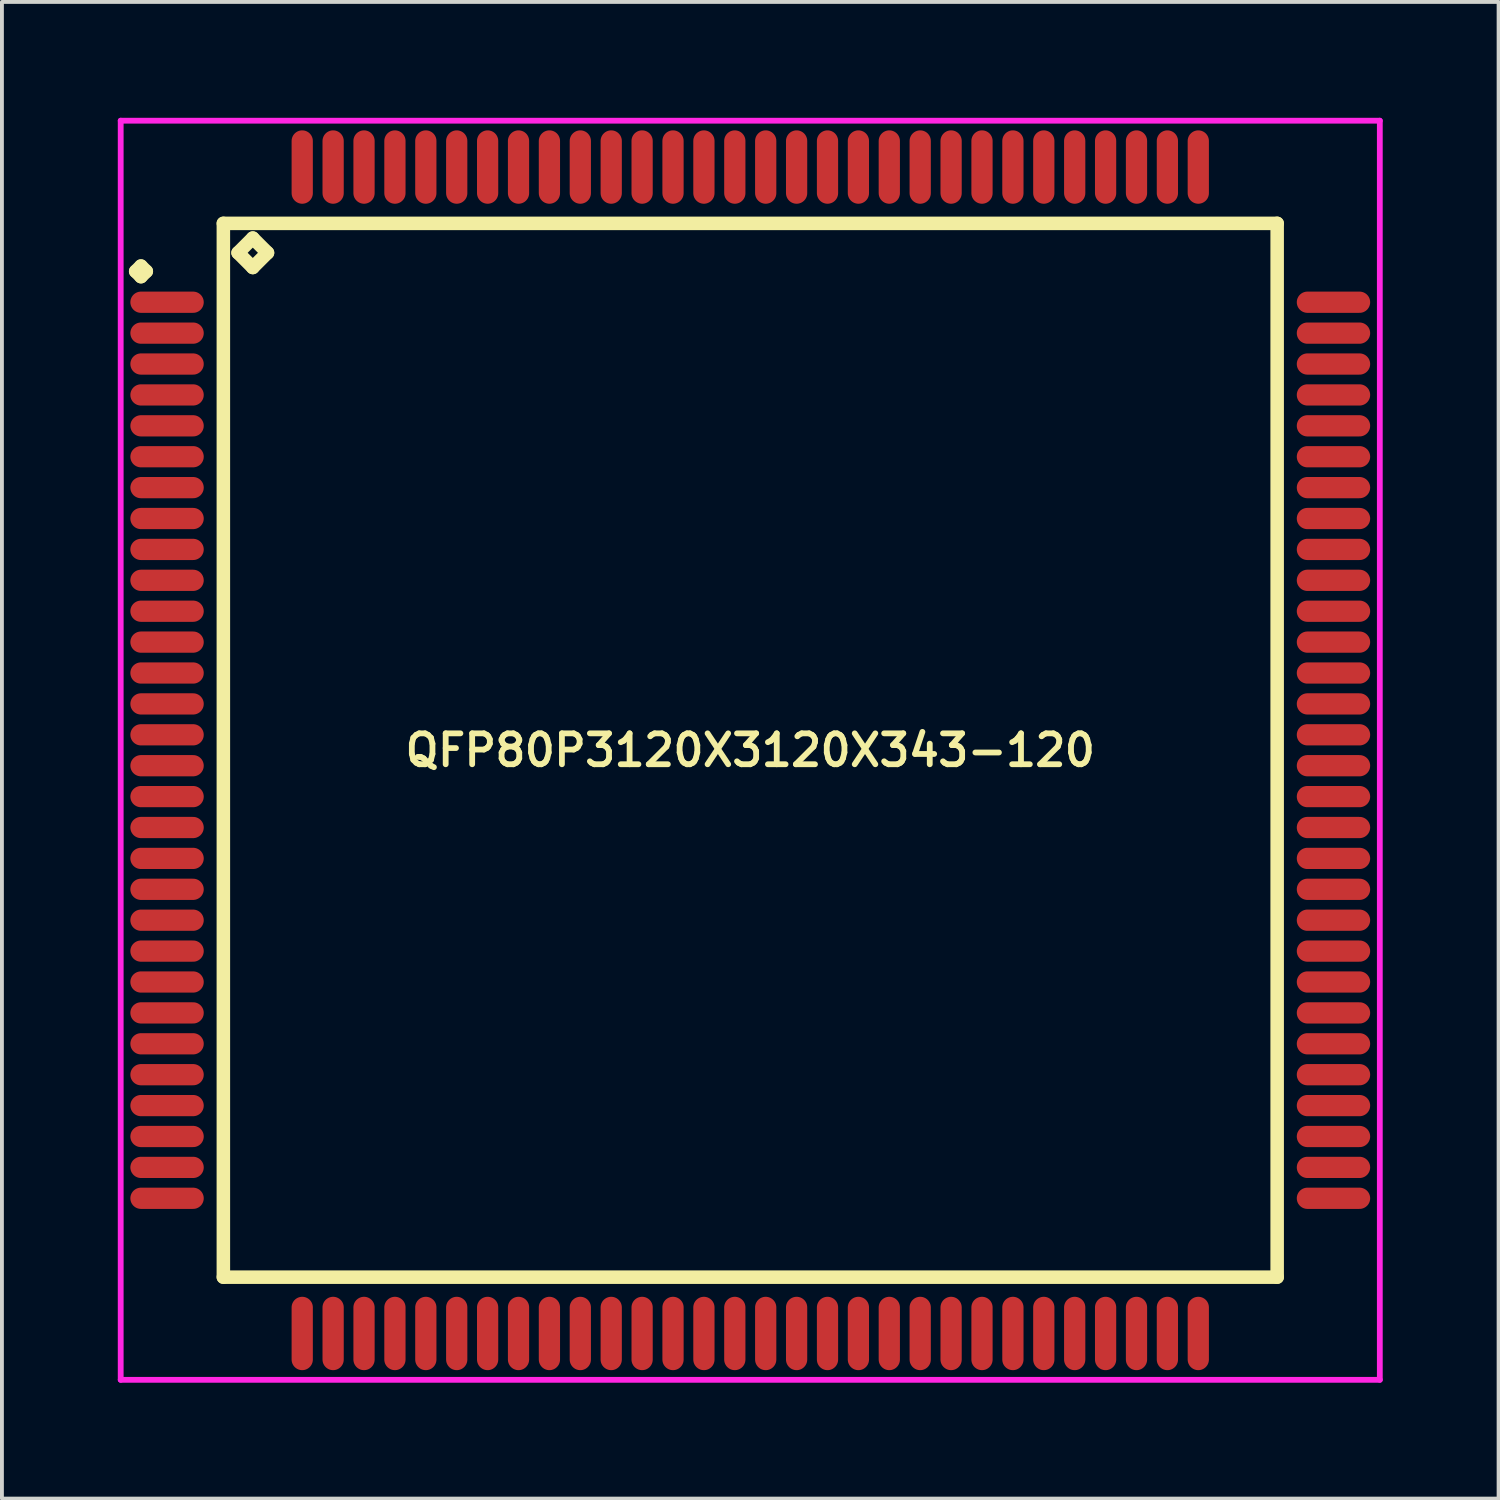
<source format=kicad_pcb>
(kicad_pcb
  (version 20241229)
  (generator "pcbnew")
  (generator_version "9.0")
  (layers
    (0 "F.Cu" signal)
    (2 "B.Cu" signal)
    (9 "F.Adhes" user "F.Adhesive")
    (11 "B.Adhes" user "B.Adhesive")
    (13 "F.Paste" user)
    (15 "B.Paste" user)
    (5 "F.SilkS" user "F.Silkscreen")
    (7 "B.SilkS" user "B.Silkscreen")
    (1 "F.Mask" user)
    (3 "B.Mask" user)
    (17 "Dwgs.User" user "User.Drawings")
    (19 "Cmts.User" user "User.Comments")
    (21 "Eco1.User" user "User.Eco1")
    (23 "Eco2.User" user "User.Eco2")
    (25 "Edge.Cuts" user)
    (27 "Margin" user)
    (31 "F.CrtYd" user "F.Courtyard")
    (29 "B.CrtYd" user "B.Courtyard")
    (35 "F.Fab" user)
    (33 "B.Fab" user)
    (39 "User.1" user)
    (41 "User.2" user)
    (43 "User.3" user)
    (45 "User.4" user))
  (footprint "QFP80P3120X3120X343-120"
    (layer "F.Cu")
    (at 16.375 16.375)
    (property "Reference" "QFP80P3120X3120X343-120" (at 0 0 0) (layer "F.SilkS") (effects (font (size 0.8 0.8) (thickness 0.15))))
    (attr smd)
    (fp_line (start -15.912 -12.4) (end -15.775 -12.537) (stroke (width 0.35) (type solid)) (layer "F.SilkS"))
    (fp_line (start -15.775 -12.537) (end -15.637 -12.4) (stroke (width 0.35) (type solid)) (layer "F.SilkS"))
    (fp_line (start -15.775 -12.262) (end -15.912 -12.4) (stroke (width 0.35) (type solid)) (layer "F.SilkS"))
    (fp_line (start -15.637 -12.4) (end -15.775 -12.262) (stroke (width 0.35) (type solid)) (layer "F.SilkS"))
    (fp_line (start -13.642 -13.642) (end -13.642 13.642) (stroke (width 0.35) (type solid)) (layer "F.SilkS"))
    (fp_line (start -13.642 13.642) (end 13.642 13.642) (stroke (width 0.35) (type solid)) (layer "F.SilkS"))
    (fp_line (start -13.261 -12.88) (end -12.88 -13.261) (stroke (width 0.35) (type solid)) (layer "F.SilkS"))
    (fp_line (start -12.88 -13.261) (end -12.499 -12.88) (stroke (width 0.35) (type solid)) (layer "F.SilkS"))
    (fp_line (start -12.88 -12.499) (end -13.261 -12.88) (stroke (width 0.35) (type solid)) (layer "F.SilkS"))
    (fp_line (start -12.499 -12.88) (end -12.88 -12.499) (stroke (width 0.35) (type solid)) (layer "F.SilkS"))
    (fp_line (start 13.642 -13.642) (end -13.642 -13.642) (stroke (width 0.35) (type solid)) (layer "F.SilkS"))
    (fp_line (start 13.642 13.642) (end 13.642 -13.642) (stroke (width 0.35) (type solid)) (layer "F.SilkS"))
    (fp_line (start -16.3 -16.3) (end 16.3 -16.3) (stroke (width 0.15) (type solid)) (layer "F.CrtYd"))
    (fp_line (start -16.3 16.3) (end -16.3 -16.3) (stroke (width 0.15) (type solid)) (layer "F.CrtYd"))
    (fp_line (start 16.3 -16.3) (end 16.3 16.3) (stroke (width 0.15) (type solid)) (layer "F.CrtYd"))
    (fp_line (start 16.3 16.3) (end -16.3 16.3) (stroke (width 0.15) (type solid)) (layer "F.CrtYd"))
    (pad "1" smd oval (at -15.1 -11.6) (size 1.9 0.55) (layers "F.Cu" "F.Mask" "F.Paste"))
    (pad "2" smd oval (at -15.1 -10.8) (size 1.9 0.55) (layers "F.Cu" "F.Mask" "F.Paste"))
    (pad "3" smd oval (at -15.1 -10) (size 1.9 0.55) (layers "F.Cu" "F.Mask" "F.Paste"))
    (pad "4" smd oval (at -15.1 -9.2) (size 1.9 0.55) (layers "F.Cu" "F.Mask" "F.Paste"))
    (pad "5" smd oval (at -15.1 -8.4) (size 1.9 0.55) (layers "F.Cu" "F.Mask" "F.Paste"))
    (pad "6" smd oval (at -15.1 -7.6) (size 1.9 0.55) (layers "F.Cu" "F.Mask" "F.Paste"))
    (pad "7" smd oval (at -15.1 -6.8) (size 1.9 0.55) (layers "F.Cu" "F.Mask" "F.Paste"))
    (pad "8" smd oval (at -15.1 -6) (size 1.9 0.55) (layers "F.Cu" "F.Mask" "F.Paste"))
    (pad "9" smd oval (at -15.1 -5.2) (size 1.9 0.55) (layers "F.Cu" "F.Mask" "F.Paste"))
    (pad "10" smd oval (at -15.1 -4.4) (size 1.9 0.55) (layers "F.Cu" "F.Mask" "F.Paste"))
    (pad "11" smd oval (at -15.1 -3.6) (size 1.9 0.55) (layers "F.Cu" "F.Mask" "F.Paste"))
    (pad "12" smd oval (at -15.1 -2.8) (size 1.9 0.55) (layers "F.Cu" "F.Mask" "F.Paste"))
    (pad "13" smd oval (at -15.1 -2) (size 1.9 0.55) (layers "F.Cu" "F.Mask" "F.Paste"))
    (pad "14" smd oval (at -15.1 -1.2) (size 1.9 0.55) (layers "F.Cu" "F.Mask" "F.Paste"))
    (pad "15" smd oval (at -15.1 -0.4) (size 1.9 0.55) (layers "F.Cu" "F.Mask" "F.Paste"))
    (pad "16" smd oval (at -15.1 0.4) (size 1.9 0.55) (layers "F.Cu" "F.Mask" "F.Paste"))
    (pad "17" smd oval (at -15.1 1.2) (size 1.9 0.55) (layers "F.Cu" "F.Mask" "F.Paste"))
    (pad "18" smd oval (at -15.1 2) (size 1.9 0.55) (layers "F.Cu" "F.Mask" "F.Paste"))
    (pad "19" smd oval (at -15.1 2.8) (size 1.9 0.55) (layers "F.Cu" "F.Mask" "F.Paste"))
    (pad "20" smd oval (at -15.1 3.6) (size 1.9 0.55) (layers "F.Cu" "F.Mask" "F.Paste"))
    (pad "21" smd oval (at -15.1 4.4) (size 1.9 0.55) (layers "F.Cu" "F.Mask" "F.Paste"))
    (pad "22" smd oval (at -15.1 5.2) (size 1.9 0.55) (layers "F.Cu" "F.Mask" "F.Paste"))
    (pad "23" smd oval (at -15.1 6) (size 1.9 0.55) (layers "F.Cu" "F.Mask" "F.Paste"))
    (pad "24" smd oval (at -15.1 6.8) (size 1.9 0.55) (layers "F.Cu" "F.Mask" "F.Paste"))
    (pad "25" smd oval (at -15.1 7.6) (size 1.9 0.55) (layers "F.Cu" "F.Mask" "F.Paste"))
    (pad "26" smd oval (at -15.1 8.4) (size 1.9 0.55) (layers "F.Cu" "F.Mask" "F.Paste"))
    (pad "27" smd oval (at -15.1 9.2) (size 1.9 0.55) (layers "F.Cu" "F.Mask" "F.Paste"))
    (pad "28" smd oval (at -15.1 10) (size 1.9 0.55) (layers "F.Cu" "F.Mask" "F.Paste"))
    (pad "29" smd oval (at -15.1 10.8) (size 1.9 0.55) (layers "F.Cu" "F.Mask" "F.Paste"))
    (pad "30" smd oval (at -15.1 11.6) (size 1.9 0.55) (layers "F.Cu" "F.Mask" "F.Paste"))
    (pad "31" smd oval (at -11.6 15.1) (size 0.55 1.9) (layers "F.Cu" "F.Mask" "F.Paste"))
    (pad "32" smd oval (at -10.8 15.1) (size 0.55 1.9) (layers "F.Cu" "F.Mask" "F.Paste"))
    (pad "33" smd oval (at -10 15.1) (size 0.55 1.9) (layers "F.Cu" "F.Mask" "F.Paste"))
    (pad "34" smd oval (at -9.2 15.1) (size 0.55 1.9) (layers "F.Cu" "F.Mask" "F.Paste"))
    (pad "35" smd oval (at -8.4 15.1) (size 0.55 1.9) (layers "F.Cu" "F.Mask" "F.Paste"))
    (pad "36" smd oval (at -7.6 15.1) (size 0.55 1.9) (layers "F.Cu" "F.Mask" "F.Paste"))
    (pad "37" smd oval (at -6.8 15.1) (size 0.55 1.9) (layers "F.Cu" "F.Mask" "F.Paste"))
    (pad "38" smd oval (at -6 15.1) (size 0.55 1.9) (layers "F.Cu" "F.Mask" "F.Paste"))
    (pad "39" smd oval (at -5.2 15.1) (size 0.55 1.9) (layers "F.Cu" "F.Mask" "F.Paste"))
    (pad "40" smd oval (at -4.4 15.1) (size 0.55 1.9) (layers "F.Cu" "F.Mask" "F.Paste"))
    (pad "41" smd oval (at -3.6 15.1) (size 0.55 1.9) (layers "F.Cu" "F.Mask" "F.Paste"))
    (pad "42" smd oval (at -2.8 15.1) (size 0.55 1.9) (layers "F.Cu" "F.Mask" "F.Paste"))
    (pad "43" smd oval (at -2 15.1) (size 0.55 1.9) (layers "F.Cu" "F.Mask" "F.Paste"))
    (pad "44" smd oval (at -1.2 15.1) (size 0.55 1.9) (layers "F.Cu" "F.Mask" "F.Paste"))
    (pad "45" smd oval (at -0.4 15.1) (size 0.55 1.9) (layers "F.Cu" "F.Mask" "F.Paste"))
    (pad "46" smd oval (at 0.4 15.1) (size 0.55 1.9) (layers "F.Cu" "F.Mask" "F.Paste"))
    (pad "47" smd oval (at 1.2 15.1) (size 0.55 1.9) (layers "F.Cu" "F.Mask" "F.Paste"))
    (pad "48" smd oval (at 2 15.1) (size 0.55 1.9) (layers "F.Cu" "F.Mask" "F.Paste"))
    (pad "49" smd oval (at 2.8 15.1) (size 0.55 1.9) (layers "F.Cu" "F.Mask" "F.Paste"))
    (pad "50" smd oval (at 3.6 15.1) (size 0.55 1.9) (layers "F.Cu" "F.Mask" "F.Paste"))
    (pad "51" smd oval (at 4.4 15.1) (size 0.55 1.9) (layers "F.Cu" "F.Mask" "F.Paste"))
    (pad "52" smd oval (at 5.2 15.1) (size 0.55 1.9) (layers "F.Cu" "F.Mask" "F.Paste"))
    (pad "53" smd oval (at 6 15.1) (size 0.55 1.9) (layers "F.Cu" "F.Mask" "F.Paste"))
    (pad "54" smd oval (at 6.8 15.1) (size 0.55 1.9) (layers "F.Cu" "F.Mask" "F.Paste"))
    (pad "55" smd oval (at 7.6 15.1) (size 0.55 1.9) (layers "F.Cu" "F.Mask" "F.Paste"))
    (pad "56" smd oval (at 8.4 15.1) (size 0.55 1.9) (layers "F.Cu" "F.Mask" "F.Paste"))
    (pad "57" smd oval (at 9.2 15.1) (size 0.55 1.9) (layers "F.Cu" "F.Mask" "F.Paste"))
    (pad "58" smd oval (at 10 15.1) (size 0.55 1.9) (layers "F.Cu" "F.Mask" "F.Paste"))
    (pad "59" smd oval (at 10.8 15.1) (size 0.55 1.9) (layers "F.Cu" "F.Mask" "F.Paste"))
    (pad "60" smd oval (at 11.6 15.1) (size 0.55 1.9) (layers "F.Cu" "F.Mask" "F.Paste"))
    (pad "61" smd oval (at 15.1 11.6) (size 1.9 0.55) (layers "F.Cu" "F.Mask" "F.Paste"))
    (pad "62" smd oval (at 15.1 10.8) (size 1.9 0.55) (layers "F.Cu" "F.Mask" "F.Paste"))
    (pad "63" smd oval (at 15.1 10) (size 1.9 0.55) (layers "F.Cu" "F.Mask" "F.Paste"))
    (pad "64" smd oval (at 15.1 9.2) (size 1.9 0.55) (layers "F.Cu" "F.Mask" "F.Paste"))
    (pad "65" smd oval (at 15.1 8.4) (size 1.9 0.55) (layers "F.Cu" "F.Mask" "F.Paste"))
    (pad "66" smd oval (at 15.1 7.6) (size 1.9 0.55) (layers "F.Cu" "F.Mask" "F.Paste"))
    (pad "67" smd oval (at 15.1 6.8) (size 1.9 0.55) (layers "F.Cu" "F.Mask" "F.Paste"))
    (pad "68" smd oval (at 15.1 6) (size 1.9 0.55) (layers "F.Cu" "F.Mask" "F.Paste"))
    (pad "69" smd oval (at 15.1 5.2) (size 1.9 0.55) (layers "F.Cu" "F.Mask" "F.Paste"))
    (pad "70" smd oval (at 15.1 4.4) (size 1.9 0.55) (layers "F.Cu" "F.Mask" "F.Paste"))
    (pad "71" smd oval (at 15.1 3.6) (size 1.9 0.55) (layers "F.Cu" "F.Mask" "F.Paste"))
    (pad "72" smd oval (at 15.1 2.8) (size 1.9 0.55) (layers "F.Cu" "F.Mask" "F.Paste"))
    (pad "73" smd oval (at 15.1 2) (size 1.9 0.55) (layers "F.Cu" "F.Mask" "F.Paste"))
    (pad "74" smd oval (at 15.1 1.2) (size 1.9 0.55) (layers "F.Cu" "F.Mask" "F.Paste"))
    (pad "75" smd oval (at 15.1 0.4) (size 1.9 0.55) (layers "F.Cu" "F.Mask" "F.Paste"))
    (pad "76" smd oval (at 15.1 -0.4) (size 1.9 0.55) (layers "F.Cu" "F.Mask" "F.Paste"))
    (pad "77" smd oval (at 15.1 -1.2) (size 1.9 0.55) (layers "F.Cu" "F.Mask" "F.Paste"))
    (pad "78" smd oval (at 15.1 -2) (size 1.9 0.55) (layers "F.Cu" "F.Mask" "F.Paste"))
    (pad "79" smd oval (at 15.1 -2.8) (size 1.9 0.55) (layers "F.Cu" "F.Mask" "F.Paste"))
    (pad "80" smd oval (at 15.1 -3.6) (size 1.9 0.55) (layers "F.Cu" "F.Mask" "F.Paste"))
    (pad "81" smd oval (at 15.1 -4.4) (size 1.9 0.55) (layers "F.Cu" "F.Mask" "F.Paste"))
    (pad "82" smd oval (at 15.1 -5.2) (size 1.9 0.55) (layers "F.Cu" "F.Mask" "F.Paste"))
    (pad "83" smd oval (at 15.1 -6) (size 1.9 0.55) (layers "F.Cu" "F.Mask" "F.Paste"))
    (pad "84" smd oval (at 15.1 -6.8) (size 1.9 0.55) (layers "F.Cu" "F.Mask" "F.Paste"))
    (pad "85" smd oval (at 15.1 -7.6) (size 1.9 0.55) (layers "F.Cu" "F.Mask" "F.Paste"))
    (pad "86" smd oval (at 15.1 -8.4) (size 1.9 0.55) (layers "F.Cu" "F.Mask" "F.Paste"))
    (pad "87" smd oval (at 15.1 -9.2) (size 1.9 0.55) (layers "F.Cu" "F.Mask" "F.Paste"))
    (pad "88" smd oval (at 15.1 -10) (size 1.9 0.55) (layers "F.Cu" "F.Mask" "F.Paste"))
    (pad "89" smd oval (at 15.1 -10.8) (size 1.9 0.55) (layers "F.Cu" "F.Mask" "F.Paste"))
    (pad "90" smd oval (at 15.1 -11.6) (size 1.9 0.55) (layers "F.Cu" "F.Mask" "F.Paste"))
    (pad "91" smd oval (at 11.6 -15.1) (size 0.55 1.9) (layers "F.Cu" "F.Mask" "F.Paste"))
    (pad "92" smd oval (at 10.8 -15.1) (size 0.55 1.9) (layers "F.Cu" "F.Mask" "F.Paste"))
    (pad "93" smd oval (at 10 -15.1) (size 0.55 1.9) (layers "F.Cu" "F.Mask" "F.Paste"))
    (pad "94" smd oval (at 9.2 -15.1) (size 0.55 1.9) (layers "F.Cu" "F.Mask" "F.Paste"))
    (pad "95" smd oval (at 8.4 -15.1) (size 0.55 1.9) (layers "F.Cu" "F.Mask" "F.Paste"))
    (pad "96" smd oval (at 7.6 -15.1) (size 0.55 1.9) (layers "F.Cu" "F.Mask" "F.Paste"))
    (pad "97" smd oval (at 6.8 -15.1) (size 0.55 1.9) (layers "F.Cu" "F.Mask" "F.Paste"))
    (pad "98" smd oval (at 6 -15.1) (size 0.55 1.9) (layers "F.Cu" "F.Mask" "F.Paste"))
    (pad "99" smd oval (at 5.2 -15.1) (size 0.55 1.9) (layers "F.Cu" "F.Mask" "F.Paste"))
    (pad "100" smd oval (at 4.4 -15.1) (size 0.55 1.9) (layers "F.Cu" "F.Mask" "F.Paste"))
    (pad "101" smd oval (at 3.6 -15.1) (size 0.55 1.9) (layers "F.Cu" "F.Mask" "F.Paste"))
    (pad "102" smd oval (at 2.8 -15.1) (size 0.55 1.9) (layers "F.Cu" "F.Mask" "F.Paste"))
    (pad "103" smd oval (at 2 -15.1) (size 0.55 1.9) (layers "F.Cu" "F.Mask" "F.Paste"))
    (pad "104" smd oval (at 1.2 -15.1) (size 0.55 1.9) (layers "F.Cu" "F.Mask" "F.Paste"))
    (pad "105" smd oval (at 0.4 -15.1) (size 0.55 1.9) (layers "F.Cu" "F.Mask" "F.Paste"))
    (pad "106" smd oval (at -0.4 -15.1) (size 0.55 1.9) (layers "F.Cu" "F.Mask" "F.Paste"))
    (pad "107" smd oval (at -1.2 -15.1) (size 0.55 1.9) (layers "F.Cu" "F.Mask" "F.Paste"))
    (pad "108" smd oval (at -2 -15.1) (size 0.55 1.9) (layers "F.Cu" "F.Mask" "F.Paste"))
    (pad "109" smd oval (at -2.8 -15.1) (size 0.55 1.9) (layers "F.Cu" "F.Mask" "F.Paste"))
    (pad "110" smd oval (at -3.6 -15.1) (size 0.55 1.9) (layers "F.Cu" "F.Mask" "F.Paste"))
    (pad "111" smd oval (at -4.4 -15.1) (size 0.55 1.9) (layers "F.Cu" "F.Mask" "F.Paste"))
    (pad "112" smd oval (at -5.2 -15.1) (size 0.55 1.9) (layers "F.Cu" "F.Mask" "F.Paste"))
    (pad "113" smd oval (at -6 -15.1) (size 0.55 1.9) (layers "F.Cu" "F.Mask" "F.Paste"))
    (pad "114" smd oval (at -6.8 -15.1) (size 0.55 1.9) (layers "F.Cu" "F.Mask" "F.Paste"))
    (pad "115" smd oval (at -7.6 -15.1) (size 0.55 1.9) (layers "F.Cu" "F.Mask" "F.Paste"))
    (pad "116" smd oval (at -8.4 -15.1) (size 0.55 1.9) (layers "F.Cu" "F.Mask" "F.Paste"))
    (pad "117" smd oval (at -9.2 -15.1) (size 0.55 1.9) (layers "F.Cu" "F.Mask" "F.Paste"))
    (pad "118" smd oval (at -10 -15.1) (size 0.55 1.9) (layers "F.Cu" "F.Mask" "F.Paste"))
    (pad "119" smd oval (at -10.8 -15.1) (size 0.55 1.9) (layers "F.Cu" "F.Mask" "F.Paste"))
    (pad "120" smd oval (at -11.6 -15.1) (size 0.55 1.9) (layers "F.Cu" "F.Mask" "F.Paste")))
  (gr_rect
    (start -3 -3)
    (end 35.75 35.75)
    (stroke (width 0.1) (type default))
    (fill no)
    (layer "Edge.Cuts")))
</source>
